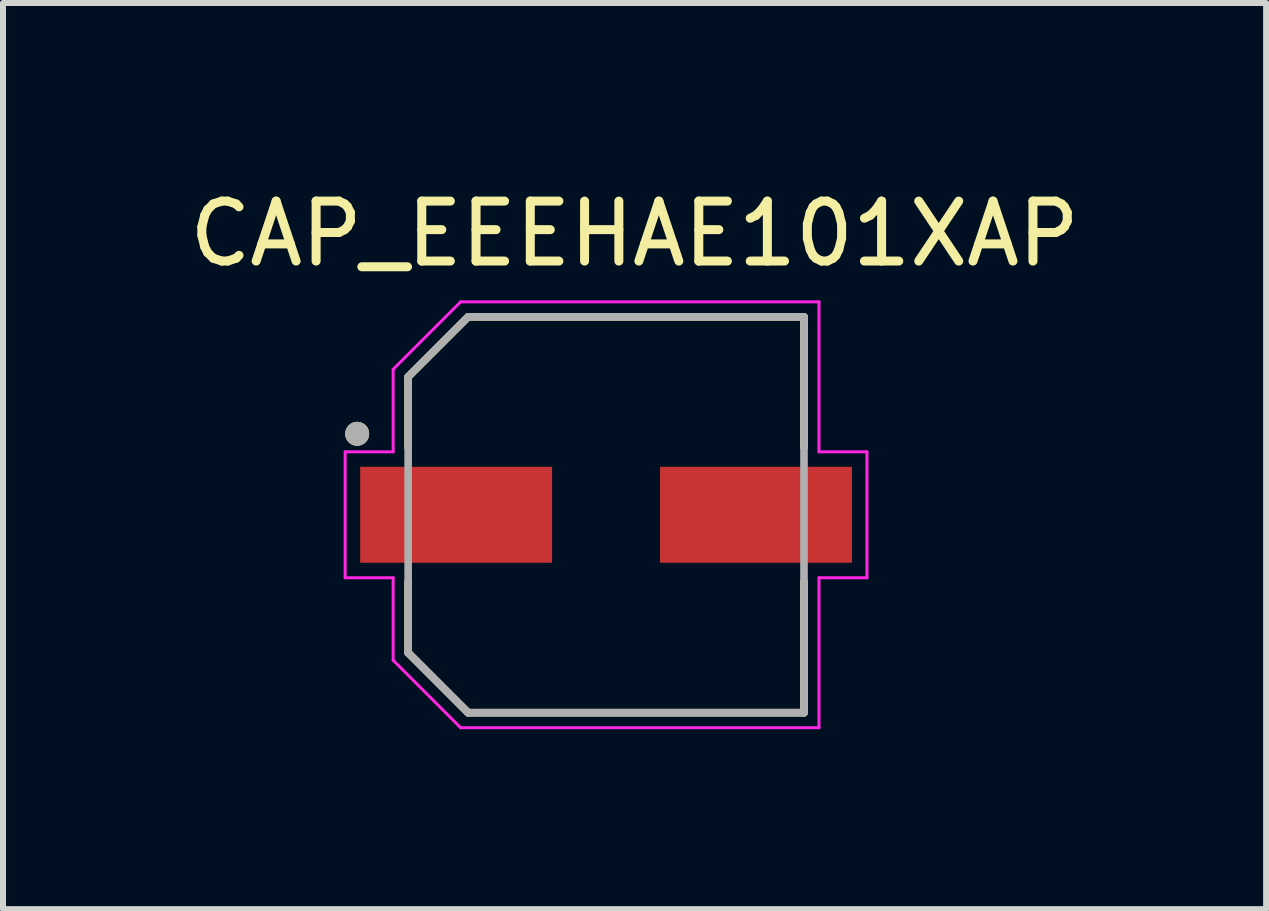
<source format=kicad_pcb>
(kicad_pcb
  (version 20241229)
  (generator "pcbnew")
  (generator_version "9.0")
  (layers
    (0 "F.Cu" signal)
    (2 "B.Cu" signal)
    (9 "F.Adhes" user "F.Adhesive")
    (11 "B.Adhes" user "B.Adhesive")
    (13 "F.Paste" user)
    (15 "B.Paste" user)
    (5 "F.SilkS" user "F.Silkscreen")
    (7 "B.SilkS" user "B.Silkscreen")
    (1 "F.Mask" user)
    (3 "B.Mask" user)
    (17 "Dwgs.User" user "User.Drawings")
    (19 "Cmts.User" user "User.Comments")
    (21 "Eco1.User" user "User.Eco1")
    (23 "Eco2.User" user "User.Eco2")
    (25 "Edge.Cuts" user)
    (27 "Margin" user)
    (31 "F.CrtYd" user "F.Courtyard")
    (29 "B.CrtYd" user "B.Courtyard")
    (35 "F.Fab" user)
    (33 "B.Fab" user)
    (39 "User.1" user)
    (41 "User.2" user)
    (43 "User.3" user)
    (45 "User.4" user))
  (footprint "CAP_EEEHAE101XAP"
    (layer "F.Cu")
    (at 7.055 5.533)
    (property "Reference" "CAP_EEEHAE101XAP" (at 0.475 -4.685 0) (layer "F.SilkS") (effects (font (size 1 1) (thickness 0.15))))
    (attr through_hole)
    (fp_line (start -3.3 -2.3) (end -3.3 -1.12) (stroke (width 0.127) (type solid)) (layer "F.SilkS"))
    (fp_line (start -3.3 1.12) (end -3.3 2.3) (stroke (width 0.127) (type solid)) (layer "F.SilkS"))
    (fp_line (start -3.3 2.3) (end -2.3 3.3) (stroke (width 0.127) (type solid)) (layer "F.SilkS"))
    (fp_line (start -2.3 -3.3) (end -3.3 -2.3) (stroke (width 0.127) (type solid)) (layer "F.SilkS"))
    (fp_line (start -2.3 3.3) (end 3.3 3.3) (stroke (width 0.127) (type solid)) (layer "F.SilkS"))
    (fp_line (start 3.3 -3.3) (end -2.3 -3.3) (stroke (width 0.127) (type solid)) (layer "F.SilkS"))
    (fp_line (start 3.3 -1.12) (end 3.3 -3.3) (stroke (width 0.127) (type solid)) (layer "F.SilkS"))
    (fp_line (start 3.3 3.3) (end 3.3 1.12) (stroke (width 0.127) (type solid)) (layer "F.SilkS"))
    (fp_circle (center -4.15 -1.35) (end -4.05 -1.35) (stroke (width 0.2) (type solid)) (fill no) (layer "F.SilkS"))
    (fp_line (start -4.35 -1.05) (end -3.55 -1.05) (stroke (width 0.05) (type solid)) (layer "F.CrtYd"))
    (fp_line (start -4.35 1.05) (end -4.35 -1.05) (stroke (width 0.05) (type solid)) (layer "F.CrtYd"))
    (fp_line (start -3.55 -2.425) (end -2.425 -3.55) (stroke (width 0.05) (type solid)) (layer "F.CrtYd"))
    (fp_line (start -3.55 -1.05) (end -3.55 -2.425) (stroke (width 0.05) (type solid)) (layer "F.CrtYd"))
    (fp_line (start -3.55 1.05) (end -4.35 1.05) (stroke (width 0.05) (type solid)) (layer "F.CrtYd"))
    (fp_line (start -3.55 2.425) (end -3.55 1.05) (stroke (width 0.05) (type solid)) (layer "F.CrtYd"))
    (fp_line (start -2.425 -3.55) (end 3.55 -3.55) (stroke (width 0.05) (type solid)) (layer "F.CrtYd"))
    (fp_line (start -2.425 3.55) (end -3.55 2.425) (stroke (width 0.05) (type solid)) (layer "F.CrtYd"))
    (fp_line (start 3.55 -3.55) (end 3.55 -1.05) (stroke (width 0.05) (type solid)) (layer "F.CrtYd"))
    (fp_line (start 3.55 -1.05) (end 4.35 -1.05) (stroke (width 0.05) (type solid)) (layer "F.CrtYd"))
    (fp_line (start 3.55 1.05) (end 3.55 3.55) (stroke (width 0.05) (type solid)) (layer "F.CrtYd"))
    (fp_line (start 3.55 3.55) (end -2.425 3.55) (stroke (width 0.05) (type solid)) (layer "F.CrtYd"))
    (fp_line (start 4.35 -1.05) (end 4.35 1.05) (stroke (width 0.05) (type solid)) (layer "F.CrtYd"))
    (fp_line (start 4.35 1.05) (end 3.55 1.05) (stroke (width 0.05) (type solid)) (layer "F.CrtYd"))
    (fp_line (start -3.3 -2.3) (end -3.3 2.3) (stroke (width 0.127) (type solid)) (layer "F.Fab"))
    (fp_line (start -3.3 2.3) (end -2.3 3.3) (stroke (width 0.127) (type solid)) (layer "F.Fab"))
    (fp_line (start -2.3 -3.3) (end -3.3 -2.3) (stroke (width 0.127) (type solid)) (layer "F.Fab"))
    (fp_line (start -2.3 3.3) (end 3.3 3.3) (stroke (width 0.127) (type solid)) (layer "F.Fab"))
    (fp_line (start 3.3 -3.3) (end -2.3 -3.3) (stroke (width 0.127) (type solid)) (layer "F.Fab"))
    (fp_line (start 3.3 3.3) (end 3.3 -3.3) (stroke (width 0.127) (type solid)) (layer "F.Fab"))
    (fp_circle (center -4.15 -1.35) (end -4.05 -1.35) (stroke (width 0.2) (type solid)) (fill no) (layer "F.Fab"))
    (pad "1" smd rect (at -2.5 0) (size 3.2 1.6) (layers "F.Cu" "F.Mask" "F.Paste"))
    (pad "2" smd rect (at 2.5 0) (size 3.2 1.6) (layers "F.Cu" "F.Mask" "F.Paste")))
  (gr_rect
    (start -3 -3)
    (end 18.06 12.108)
    (stroke (width 0.1) (type default))
    (fill no)
    (layer "Edge.Cuts")))
</source>
